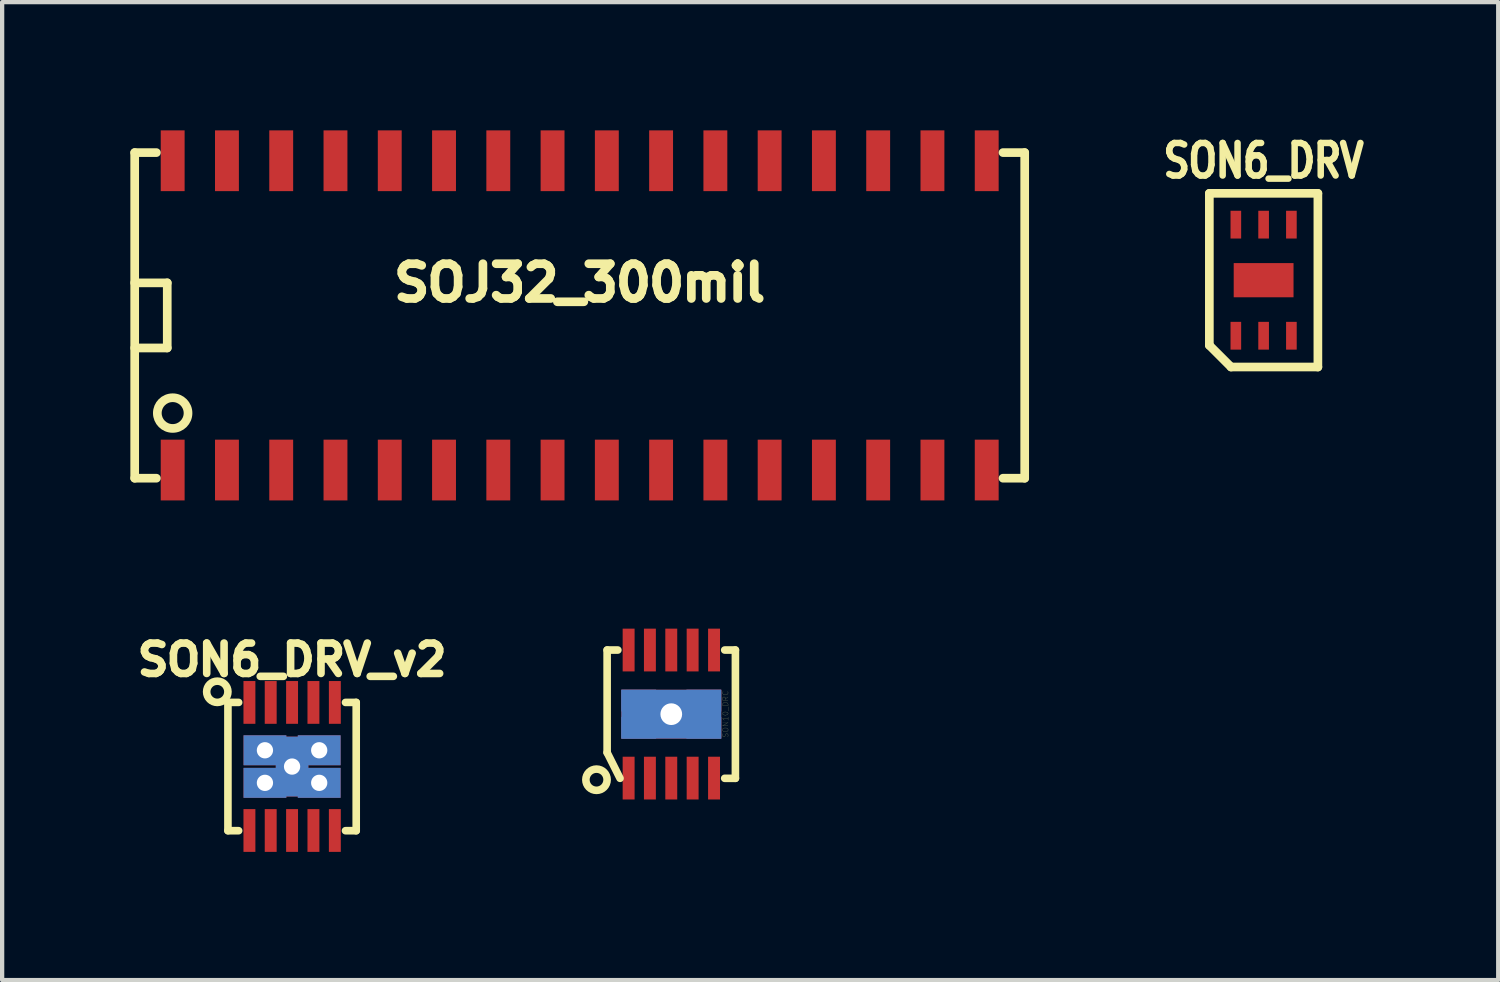
<source format=kicad_pcb>
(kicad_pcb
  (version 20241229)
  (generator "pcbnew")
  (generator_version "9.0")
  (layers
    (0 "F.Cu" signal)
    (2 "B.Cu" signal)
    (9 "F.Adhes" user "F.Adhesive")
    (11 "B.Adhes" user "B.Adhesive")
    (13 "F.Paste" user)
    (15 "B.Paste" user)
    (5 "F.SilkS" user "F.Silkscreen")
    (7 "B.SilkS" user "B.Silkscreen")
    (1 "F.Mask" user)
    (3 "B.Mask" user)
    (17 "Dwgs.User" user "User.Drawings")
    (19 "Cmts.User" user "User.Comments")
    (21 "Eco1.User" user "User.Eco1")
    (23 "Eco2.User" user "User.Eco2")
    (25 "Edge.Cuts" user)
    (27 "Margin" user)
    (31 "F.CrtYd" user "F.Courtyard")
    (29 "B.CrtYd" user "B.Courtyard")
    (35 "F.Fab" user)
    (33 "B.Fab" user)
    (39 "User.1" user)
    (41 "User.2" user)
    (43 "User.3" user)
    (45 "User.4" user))
  (footprint "SON6_DRV"
    (layer "F.Cu")
    (at 26.521 3.507)
    (property "Reference" "SON6_DRV" (at 0 -2.794 0) (layer "F.SilkS") (effects (font (size 0.762 0.61) (thickness 0.152))))
    (attr smd)
    (fp_line (start -1.27 -2.032) (end 1.27 -2.032) (stroke (width 0.203) (type solid)) (layer "F.SilkS"))
    (fp_line (start -1.27 1.524) (end -1.27 -2.032) (stroke (width 0.203) (type solid)) (layer "F.SilkS"))
    (fp_line (start -0.762 2.032) (end -1.27 1.524) (stroke (width 0.203) (type solid)) (layer "F.SilkS"))
    (fp_line (start 1.27 -2.032) (end 1.27 2.032) (stroke (width 0.203) (type solid)) (layer "F.SilkS"))
    (fp_line (start 1.27 2.032) (end -0.762 2.032) (stroke (width 0.203) (type solid)) (layer "F.SilkS"))
    (pad "1" smd rect (at -0.65 1.3) (size 0.249 0.65) (layers "F.Cu" "F.Mask" "F.Paste"))
    (pad "2" smd rect (at 0 0) (size 1.4 0.8) (layers "F.Cu" "F.Mask" "F.Paste"))
    (pad "2" smd rect (at 0 1.3) (size 0.249 0.65) (layers "F.Cu" "F.Mask" "F.Paste"))
    (pad "3" smd rect (at 0.65 1.3) (size 0.249 0.65) (layers "F.Cu" "F.Mask" "F.Paste"))
    (pad "4" smd rect (at 0.65 -1.3) (size 0.249 0.65) (layers "F.Cu" "F.Mask" "F.Paste"))
    (pad "5" smd rect (at 0 -1.3) (size 0.249 0.65) (layers "F.Cu" "F.Mask" "F.Paste"))
    (pad "6" smd rect (at -0.65 -1.3) (size 0.249 0.65) (layers "F.Cu" "F.Mask" "F.Paste")))
  (footprint "SOJ32_300mil"
    (layer "F.Cu")
    (at 10.516 4.331)
    (property "Reference" "SOJ32_300mil" (at 0 -0.762 0) (layer "F.SilkS") (effects (font (size 0.813 0.813) (thickness 0.203))))
    (attr smd)
    (fp_line (start -10.414 -3.81) (end -10.414 3.81) (stroke (width 0.203) (type solid)) (layer "F.SilkS"))
    (fp_line (start -10.414 -3.81) (end -9.906 -3.81) (stroke (width 0.203) (type solid)) (layer "F.SilkS"))
    (fp_line (start -10.414 -0.762) (end -9.652 -0.762) (stroke (width 0.203) (type solid)) (layer "F.SilkS"))
    (fp_line (start -10.414 3.81) (end -9.906 3.81) (stroke (width 0.203) (type solid)) (layer "F.SilkS"))
    (fp_line (start -9.652 -0.762) (end -9.652 0.762) (stroke (width 0.203) (type solid)) (layer "F.SilkS"))
    (fp_line (start -9.652 0.762) (end -10.414 0.762) (stroke (width 0.203) (type solid)) (layer "F.SilkS"))
    (fp_line (start 9.906 -3.81) (end 10.414 -3.81) (stroke (width 0.203) (type solid)) (layer "F.SilkS"))
    (fp_line (start 10.414 -3.81) (end 10.414 3.81) (stroke (width 0.203) (type solid)) (layer "F.SilkS"))
    (fp_line (start 10.414 3.81) (end 9.906 3.81) (stroke (width 0.203) (type solid)) (layer "F.SilkS"))
    (fp_circle (center -9.525 2.286) (end -9.271 2.54) (stroke (width 0.203) (type solid)) (fill no) (layer "F.SilkS"))
    (pad "1" smd rect (at -9.525 3.619) (size 0.559 1.422) (layers "F.Cu" "F.Mask" "F.Paste"))
    (pad "2" smd rect (at -8.255 3.619) (size 0.559 1.422) (layers "F.Cu" "F.Mask" "F.Paste"))
    (pad "3" smd rect (at -6.985 3.619) (size 0.559 1.422) (layers "F.Cu" "F.Mask" "F.Paste"))
    (pad "4" smd rect (at -5.715 3.619) (size 0.559 1.422) (layers "F.Cu" "F.Mask" "F.Paste"))
    (pad "5" smd rect (at -4.445 3.619) (size 0.559 1.422) (layers "F.Cu" "F.Mask" "F.Paste"))
    (pad "6" smd rect (at -3.175 3.619) (size 0.559 1.422) (layers "F.Cu" "F.Mask" "F.Paste"))
    (pad "7" smd rect (at -1.905 3.619) (size 0.559 1.422) (layers "F.Cu" "F.Mask" "F.Paste"))
    (pad "8" smd rect (at -0.635 3.619) (size 0.559 1.422) (layers "F.Cu" "F.Mask" "F.Paste"))
    (pad "9" smd rect (at 0.635 3.619) (size 0.559 1.422) (layers "F.Cu" "F.Mask" "F.Paste"))
    (pad "10" smd rect (at 1.905 3.619) (size 0.559 1.422) (layers "F.Cu" "F.Mask" "F.Paste"))
    (pad "11" smd rect (at 3.175 3.619) (size 0.559 1.422) (layers "F.Cu" "F.Mask" "F.Paste"))
    (pad "12" smd rect (at 4.445 3.619) (size 0.559 1.422) (layers "F.Cu" "F.Mask" "F.Paste"))
    (pad "13" smd rect (at 5.715 3.619) (size 0.559 1.422) (layers "F.Cu" "F.Mask" "F.Paste"))
    (pad "14" smd rect (at 6.985 3.619) (size 0.559 1.422) (layers "F.Cu" "F.Mask" "F.Paste"))
    (pad "15" smd rect (at 8.255 3.619) (size 0.559 1.422) (layers "F.Cu" "F.Mask" "F.Paste"))
    (pad "16" smd rect (at 9.525 3.619) (size 0.559 1.422) (layers "F.Cu" "F.Mask" "F.Paste"))
    (pad "17" smd rect (at 9.525 -3.619) (size 0.559 1.422) (layers "F.Cu" "F.Mask" "F.Paste"))
    (pad "18" smd rect (at 8.255 -3.619) (size 0.559 1.422) (layers "F.Cu" "F.Mask" "F.Paste"))
    (pad "19" smd rect (at 6.985 -3.619) (size 0.559 1.422) (layers "F.Cu" "F.Mask" "F.Paste"))
    (pad "20" smd rect (at 5.715 -3.619) (size 0.559 1.422) (layers "F.Cu" "F.Mask" "F.Paste"))
    (pad "21" smd rect (at 4.445 -3.619) (size 0.559 1.422) (layers "F.Cu" "F.Mask" "F.Paste"))
    (pad "22" smd rect (at 3.175 -3.619) (size 0.559 1.422) (layers "F.Cu" "F.Mask" "F.Paste"))
    (pad "23" smd rect (at 1.905 -3.619) (size 0.559 1.422) (layers "F.Cu" "F.Mask" "F.Paste"))
    (pad "24" smd rect (at 0.635 -3.619) (size 0.559 1.422) (layers "F.Cu" "F.Mask" "F.Paste"))
    (pad "25" smd rect (at -0.635 -3.619) (size 0.559 1.422) (layers "F.Cu" "F.Mask" "F.Paste"))
    (pad "26" smd rect (at -1.905 -3.619) (size 0.559 1.422) (layers "F.Cu" "F.Mask" "F.Paste"))
    (pad "27" smd rect (at -3.175 -3.619) (size 0.559 1.422) (layers "F.Cu" "F.Mask" "F.Paste"))
    (pad "28" smd rect (at -4.445 -3.619) (size 0.559 1.422) (layers "F.Cu" "F.Mask" "F.Paste"))
    (pad "29" smd rect (at -5.715 -3.619) (size 0.559 1.422) (layers "F.Cu" "F.Mask" "F.Paste"))
    (pad "30" smd rect (at -6.985 -3.619) (size 0.559 1.422) (layers "F.Cu" "F.Mask" "F.Paste"))
    (pad "31" smd rect (at -8.255 -3.619) (size 0.559 1.422) (layers "F.Cu" "F.Mask" "F.Paste"))
    (pad "32" smd rect (at -9.525 -3.619) (size 0.559 1.422) (layers "F.Cu" "F.Mask" "F.Paste")))
  (footprint "SON10_DRC"
    (layer "F.Cu")
    (at 12.659 13.663)
    (property "Reference" "SON10_DRC" (at 1.27 0 90) (layer "F.SilkS") (effects (font (size 0.127 0.127) (thickness 0.003))))
    (attr smd)
    (fp_line (start -1.501 -1.501) (end -1.501 0.899) (stroke (width 0.178) (type solid)) (layer "F.SilkS"))
    (fp_line (start -1.501 -1.501) (end -1.25 -1.501) (stroke (width 0.178) (type solid)) (layer "F.SilkS"))
    (fp_line (start -1.501 0.899) (end -1.199 1.501) (stroke (width 0.178) (type solid)) (layer "F.SilkS"))
    (fp_line (start 1.501 -1.501) (end 1.25 -1.501) (stroke (width 0.178) (type solid)) (layer "F.SilkS"))
    (fp_line (start 1.501 -1.501) (end 1.501 1.501) (stroke (width 0.178) (type solid)) (layer "F.SilkS"))
    (fp_line (start 1.501 1.501) (end 1.25 1.501) (stroke (width 0.178) (type solid)) (layer "F.SilkS"))
    (fp_circle (center -1.75 1.534) (end -1.999 1.534) (stroke (width 0.178) (type solid)) (fill no) (layer "F.SilkS"))
    (pad "1" smd rect (at -0.998 1.496) (size 0.279 1.001) (layers "F.Cu" "F.Mask" "F.Paste"))
    (pad "2" smd rect (at -0.5 1.496) (size 0.279 1.001) (layers "F.Cu" "F.Mask" "F.Paste"))
    (pad "3" smd rect (at 0 1.496) (size 0.279 1.001) (layers "F.Cu" "F.Mask" "F.Paste"))
    (pad "4" smd rect (at 0.5 1.496) (size 0.279 1.001) (layers "F.Cu" "F.Mask" "F.Paste"))
    (pad "5" smd rect (at 1.001 1.496) (size 0.279 1.001) (layers "F.Cu" "F.Mask" "F.Paste"))
    (pad "6" smd rect (at 1.001 -1.501) (size 0.279 1.001) (layers "F.Cu" "F.Mask" "F.Paste"))
    (pad "7" smd rect (at 0.5 -1.501) (size 0.279 1.001) (layers "F.Cu" "F.Mask" "F.Paste"))
    (pad "8" smd rect (at 0 -1.501) (size 0.279 1.001) (layers "F.Cu" "F.Mask" "F.Paste"))
    (pad "9" smd rect (at -0.5 -1.501) (size 0.279 1.001) (layers "F.Cu" "F.Mask" "F.Paste"))
    (pad "10" smd rect (at -0.998 -1.501) (size 0.279 1.001) (layers "F.Cu" "F.Mask" "F.Paste"))
    (pad "11" thru_hole rect (at -0.762 -0.318) (size 0.813 0.508) (drill 0.000001) (layers "*.Cu" "F.Mask" "F.Paste"))
    (pad "11" thru_hole rect (at -0.762 0.318) (size 0.813 0.508) (drill 0.000001) (layers "*.Cu" "F.Mask" "F.Paste"))
    (pad "11" thru_hole rect (at 0 0) (size 2.337 1.143) (drill 0.508) (layers "*.Cu" "F.Mask"))
    (pad "11" thru_hole rect (at 0.762 -0.318) (size 0.813 0.508) (drill 0.000001) (layers "*.Cu" "F.Mask" "F.Paste"))
    (pad "11" thru_hole rect (at 0.762 0.318) (size 0.813 0.508) (drill 0.000001) (layers "*.Cu" "F.Mask" "F.Paste")))
  (footprint "SON6_DRV_v2"
    (layer "F.Cu")
    (at 3.785 14.889)
    (property "Reference" "SON6_DRV_v2" (at 0 -2.499 0) (layer "F.SilkS") (effects (font (size 0.711 0.711) (thickness 0.178))))
    (attr smd)
    (fp_line (start -1.501 -1.501) (end -1.501 1.501) (stroke (width 0.178) (type solid)) (layer "F.SilkS"))
    (fp_line (start -1.501 -1.501) (end -1.25 -1.501) (stroke (width 0.178) (type solid)) (layer "F.SilkS"))
    (fp_line (start -1.501 1.501) (end -1.25 1.501) (stroke (width 0.178) (type solid)) (layer "F.SilkS"))
    (fp_line (start 1.501 -1.501) (end 1.25 -1.501) (stroke (width 0.178) (type solid)) (layer "F.SilkS"))
    (fp_line (start 1.501 -1.501) (end 1.501 1.501) (stroke (width 0.178) (type solid)) (layer "F.SilkS"))
    (fp_line (start 1.501 1.501) (end 1.25 1.501) (stroke (width 0.178) (type solid)) (layer "F.SilkS"))
    (fp_circle (center -1.75 -1.75) (end -1.999 -1.75) (stroke (width 0.178) (type solid)) (fill no) (layer "F.SilkS"))
    (pad "1" smd rect (at -0.998 1.496) (size 0.279 1.001) (layers "F.Cu" "F.Mask" "F.Paste"))
    (pad "2" smd rect (at -0.5 1.496) (size 0.279 1.001) (layers "F.Cu" "F.Mask" "F.Paste"))
    (pad "3" smd rect (at 0 1.496) (size 0.279 1.001) (layers "F.Cu" "F.Mask" "F.Paste"))
    (pad "4" smd rect (at 0.5 1.496) (size 0.279 1.001) (layers "F.Cu" "F.Mask" "F.Paste"))
    (pad "5" smd rect (at 1.001 1.496) (size 0.279 1.001) (layers "F.Cu" "F.Mask" "F.Paste"))
    (pad "6" smd rect (at 1.001 -1.501) (size 0.279 1.001) (layers "F.Cu" "F.Mask" "F.Paste"))
    (pad "7" smd rect (at 0.5 -1.501) (size 0.279 1.001) (layers "F.Cu" "F.Mask" "F.Paste"))
    (pad "8" smd rect (at 0 -1.501) (size 0.279 1.001) (layers "F.Cu" "F.Mask" "F.Paste"))
    (pad "9" smd rect (at -0.5 -1.501) (size 0.279 1.001) (layers "F.Cu" "F.Mask" "F.Paste"))
    (pad "10" smd rect (at -0.998 -1.501) (size 0.279 1.001) (layers "F.Cu" "F.Mask" "F.Paste"))
    (pad "11" thru_hole rect (at -0.635 -0.381) (size 1.001 0.701) (drill 0.381) (layers "*.Cu" "F.Mask" "F.Paste"))
    (pad "11" thru_hole rect (at -0.635 0.381) (size 1.001 0.701) (drill 0.381) (layers "*.Cu" "F.Mask" "F.Paste"))
    (pad "11" thru_hole rect (at 0 0) (size 0.762 1.4) (drill 0.381) (layers "*.Cu" "F.Mask"))
    (pad "11" thru_hole rect (at 0.635 -0.381) (size 1.001 0.701) (drill 0.381) (layers "*.Cu" "F.Mask" "F.Paste"))
    (pad "11" thru_hole rect (at 0.635 0.381) (size 1.001 0.701) (drill 0.381) (layers "*.Cu" "F.Mask" "F.Paste")))
  (gr_rect
    (start -3 -3)
    (end 32.011 19.885)
    (stroke (width 0.1) (type default))
    (fill no)
    (layer "Edge.Cuts")))
</source>
